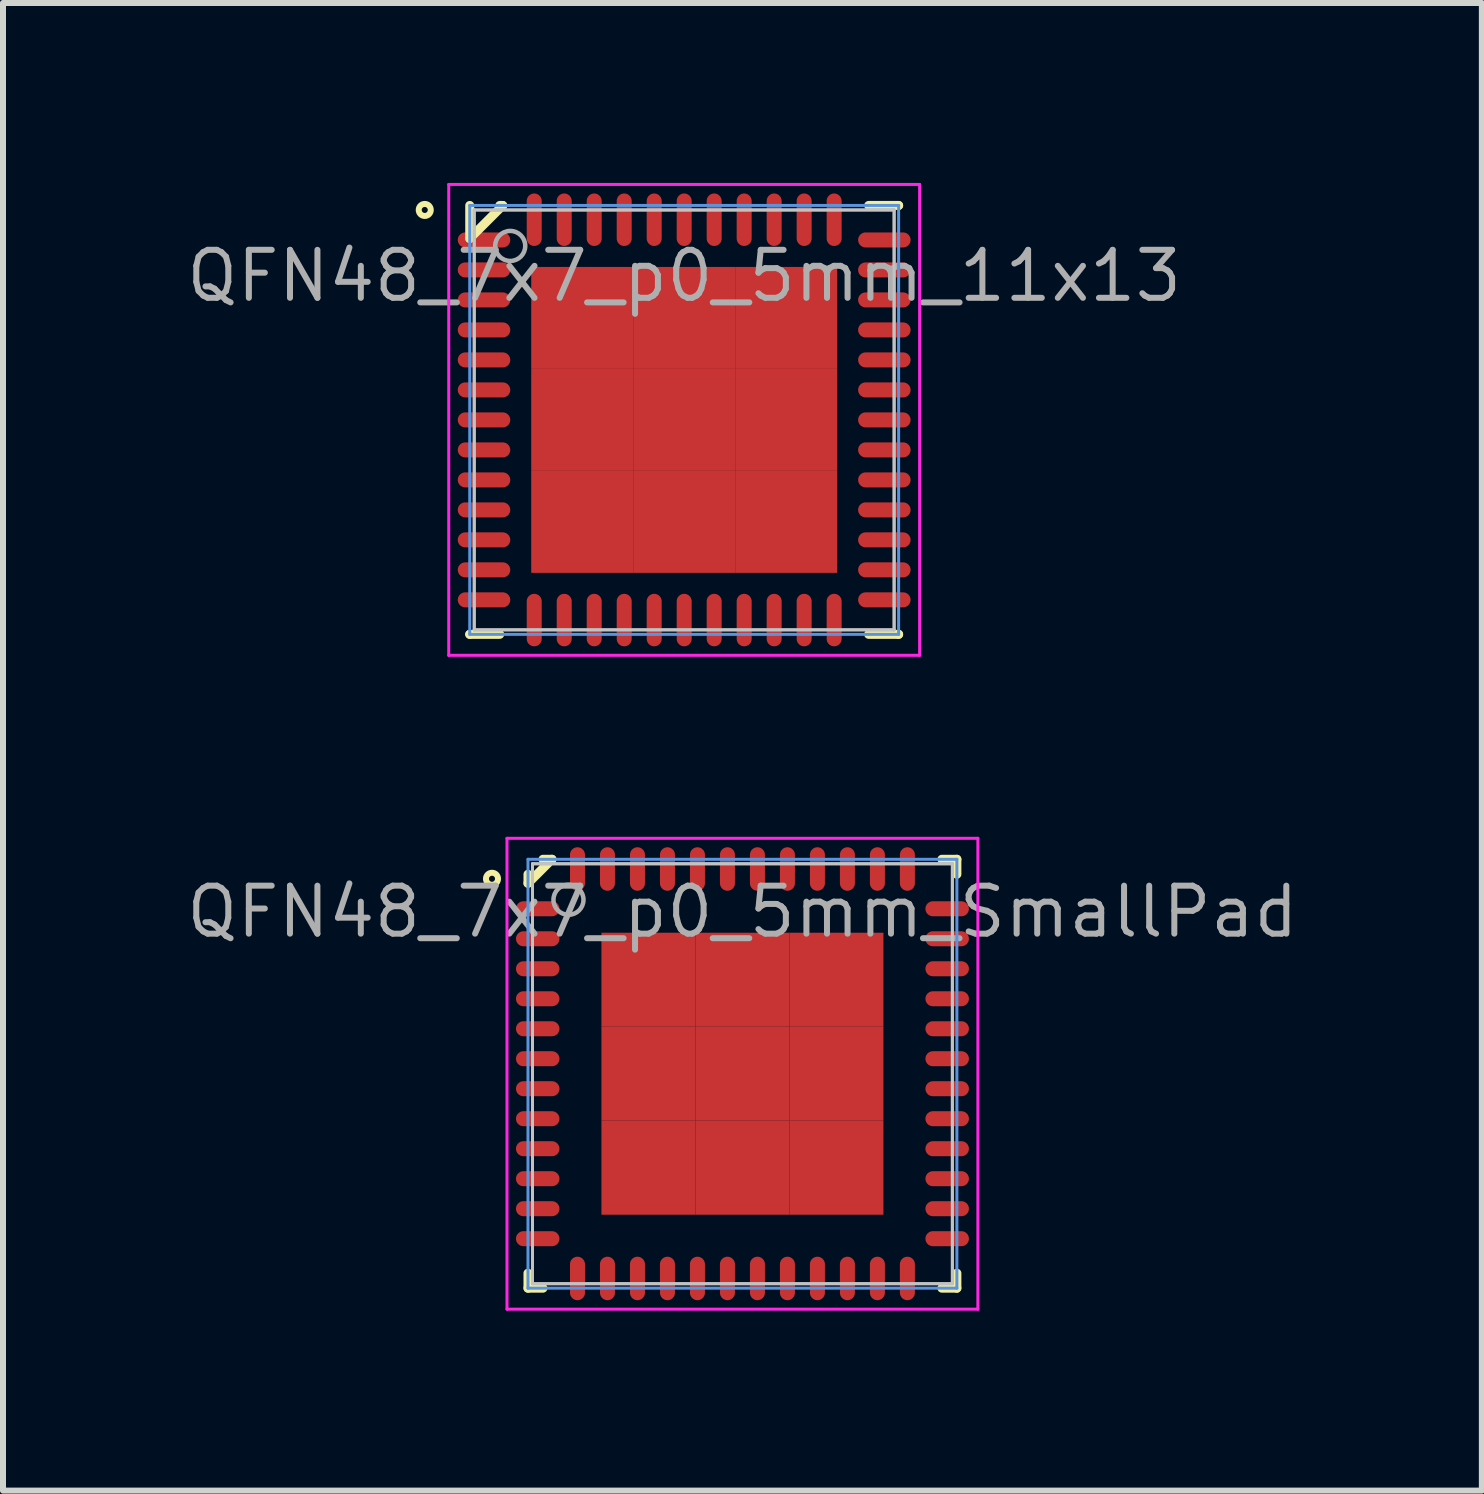
<source format=kicad_pcb>
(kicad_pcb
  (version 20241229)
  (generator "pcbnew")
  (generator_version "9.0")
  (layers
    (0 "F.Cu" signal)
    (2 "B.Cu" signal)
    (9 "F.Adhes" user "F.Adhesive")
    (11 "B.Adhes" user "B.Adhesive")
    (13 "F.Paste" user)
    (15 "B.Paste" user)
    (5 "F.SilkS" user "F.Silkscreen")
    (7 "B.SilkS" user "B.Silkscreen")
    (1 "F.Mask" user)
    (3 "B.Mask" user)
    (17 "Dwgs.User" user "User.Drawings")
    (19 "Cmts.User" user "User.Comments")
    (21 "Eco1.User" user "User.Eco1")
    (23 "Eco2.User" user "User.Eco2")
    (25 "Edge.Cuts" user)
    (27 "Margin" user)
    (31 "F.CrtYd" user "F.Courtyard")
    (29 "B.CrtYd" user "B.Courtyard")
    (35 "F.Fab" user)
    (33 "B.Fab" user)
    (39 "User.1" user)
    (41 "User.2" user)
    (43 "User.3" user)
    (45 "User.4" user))
  (footprint "QFN48_7x7_p0_5mm_SmallPad"
    (layer "F.Cu")
    (at 9.327 14.85)
    (property "Reference" "QFN48_7x7_p0_5mm_SmallPad" (at 0 -2.7 0) (layer "F.Fab") (effects (font (size 0.8 0.8) (thickness 0.1))))
    (attr through_hole)
    (fp_line (start -3.575 -3.175) (end -3.575 -3.325) (stroke (width 0.15) (type solid)) (layer "F.SilkS"))
    (fp_line (start -3.575 -3.175) (end -3.175 -3.575) (stroke (width 0.15) (type solid)) (layer "F.SilkS"))
    (fp_line (start -3.575 3.575) (end -3.575 3.325) (stroke (width 0.15) (type solid)) (layer "F.SilkS"))
    (fp_line (start -3.575 3.575) (end -3.325 3.575) (stroke (width 0.15) (type solid)) (layer "F.SilkS"))
    (fp_line (start -3.325 -3.575) (end -3.175 -3.575) (stroke (width 0.15) (type solid)) (layer "F.SilkS"))
    (fp_line (start 3.575 -3.575) (end 3.325 -3.575) (stroke (width 0.15) (type solid)) (layer "F.SilkS"))
    (fp_line (start 3.575 -3.575) (end 3.575 -3.325) (stroke (width 0.15) (type solid)) (layer "F.SilkS"))
    (fp_line (start 3.575 3.575) (end 3.325 3.575) (stroke (width 0.15) (type solid)) (layer "F.SilkS"))
    (fp_line (start 3.575 3.575) (end 3.575 3.325) (stroke (width 0.15) (type solid)) (layer "F.SilkS"))
    (fp_circle (center -4.175 -3.25) (end -4.104 -3.179) (stroke (width 0.1) (type solid)) (fill no) (layer "F.SilkS"))
    (fp_line (start -3.5 -3.5) (end -3.5 3.5) (stroke (width 0.05) (type solid)) (layer "Dwgs.User"))
    (fp_line (start -3.5 -3.5) (end 3.5 -3.5) (stroke (width 0.05) (type solid)) (layer "Dwgs.User"))
    (fp_line (start -3.5 3.5) (end 3.5 3.5) (stroke (width 0.05) (type solid)) (layer "Dwgs.User"))
    (fp_line (start 3.5 -3.5) (end 3.5 3.5) (stroke (width 0.05) (type solid)) (layer "Dwgs.User"))
    (fp_line (start -3.575 -3.575) (end -3.575 3.575) (stroke (width 0.05) (type solid)) (layer "Cmts.User"))
    (fp_line (start -3.575 -3.575) (end 3.575 -3.575) (stroke (width 0.05) (type solid)) (layer "Cmts.User"))
    (fp_line (start -3.575 3.575) (end 3.575 3.575) (stroke (width 0.05) (type solid)) (layer "Cmts.User"))
    (fp_line (start 3.575 -3.575) (end 3.575 3.575) (stroke (width 0.05) (type solid)) (layer "Cmts.User"))
    (fp_line (start -3.425 -3.425) (end -3.425 3.425) (stroke (width 0.05) (type solid)) (layer "Eco1.User"))
    (fp_line (start -3.425 -3.425) (end 3.425 -3.425) (stroke (width 0.05) (type solid)) (layer "Eco1.User"))
    (fp_line (start -3.425 3.425) (end 3.425 3.425) (stroke (width 0.05) (type solid)) (layer "Eco1.User"))
    (fp_line (start 3.425 -3.425) (end 3.425 3.425) (stroke (width 0.05) (type solid)) (layer "Eco1.User"))
    (fp_line (start -3.925 -3.925) (end -3.925 3.925) (stroke (width 0.05) (type solid)) (layer "F.CrtYd"))
    (fp_line (start -3.925 -3.925) (end 3.925 -3.925) (stroke (width 0.05) (type solid)) (layer "F.CrtYd"))
    (fp_line (start -3.925 3.925) (end 3.925 3.925) (stroke (width 0.05) (type solid)) (layer "F.CrtYd"))
    (fp_line (start 3.925 -3.925) (end 3.925 3.925) (stroke (width 0.05) (type solid)) (layer "F.CrtYd"))
    (fp_line (start -3.5 -3.5) (end -3.5 3.5) (stroke (width 0.05) (type solid)) (layer "F.Fab"))
    (fp_line (start -3.5 -3.5) (end 3.5 -3.5) (stroke (width 0.05) (type solid)) (layer "F.Fab"))
    (fp_line (start -3.5 3.5) (end 3.5 3.5) (stroke (width 0.05) (type solid)) (layer "F.Fab"))
    (fp_line (start 3.5 -3.5) (end 3.5 3.5) (stroke (width 0.05) (type solid)) (layer "F.Fab"))
    (fp_circle (center -2.9 -2.9) (end -2.723 -2.723) (stroke (width 0.075) (type solid)) (fill no) (layer "F.Fab"))
    (pad "1" smd oval (at -3.413 -2.75 180) (size 0.725 0.25) (layers "F.Cu" "F.Mask" "F.Paste"))
    (pad "2" smd oval (at -3.413 -2.25 180) (size 0.725 0.25) (layers "F.Cu" "F.Mask" "F.Paste"))
    (pad "3" smd oval (at -3.413 -1.75 180) (size 0.725 0.25) (layers "F.Cu" "F.Mask" "F.Paste"))
    (pad "4" smd oval (at -3.413 -1.25 180) (size 0.725 0.25) (layers "F.Cu" "F.Mask" "F.Paste"))
    (pad "5" smd oval (at -3.413 -0.75 180) (size 0.725 0.25) (layers "F.Cu" "F.Mask" "F.Paste"))
    (pad "6" smd oval (at -3.413 -0.25 180) (size 0.725 0.25) (layers "F.Cu" "F.Mask" "F.Paste"))
    (pad "7" smd oval (at -3.413 0.25 180) (size 0.725 0.25) (layers "F.Cu" "F.Mask" "F.Paste"))
    (pad "8" smd oval (at -3.413 0.75 180) (size 0.725 0.25) (layers "F.Cu" "F.Mask" "F.Paste"))
    (pad "9" smd oval (at -3.413 1.25 180) (size 0.725 0.25) (layers "F.Cu" "F.Mask" "F.Paste"))
    (pad "10" smd oval (at -3.413 1.75 180) (size 0.725 0.25) (layers "F.Cu" "F.Mask" "F.Paste"))
    (pad "11" smd oval (at -3.413 2.25 180) (size 0.725 0.25) (layers "F.Cu" "F.Mask" "F.Paste"))
    (pad "12" smd oval (at -3.413 2.75 180) (size 0.725 0.25) (layers "F.Cu" "F.Mask" "F.Paste"))
    (pad "13" smd oval (at -2.75 3.413 270) (size 0.725 0.25) (layers "F.Cu" "F.Mask" "F.Paste"))
    (pad "14" smd oval (at -2.25 3.413 270) (size 0.725 0.25) (layers "F.Cu" "F.Mask" "F.Paste"))
    (pad "15" smd oval (at -1.75 3.413 270) (size 0.725 0.25) (layers "F.Cu" "F.Mask" "F.Paste"))
    (pad "16" smd oval (at -1.25 3.413 270) (size 0.725 0.25) (layers "F.Cu" "F.Mask" "F.Paste"))
    (pad "17" smd oval (at -0.75 3.413 270) (size 0.725 0.25) (layers "F.Cu" "F.Mask" "F.Paste"))
    (pad "18" smd oval (at -0.25 3.413 270) (size 0.725 0.25) (layers "F.Cu" "F.Mask" "F.Paste"))
    (pad "19" smd oval (at 0.25 3.413 270) (size 0.725 0.25) (layers "F.Cu" "F.Mask" "F.Paste"))
    (pad "20" smd oval (at 0.75 3.413 270) (size 0.725 0.25) (layers "F.Cu" "F.Mask" "F.Paste"))
    (pad "21" smd oval (at 1.25 3.413 270) (size 0.725 0.25) (layers "F.Cu" "F.Mask" "F.Paste"))
    (pad "22" smd oval (at 1.75 3.413 270) (size 0.725 0.25) (layers "F.Cu" "F.Mask" "F.Paste"))
    (pad "23" smd oval (at 2.25 3.413 270) (size 0.725 0.25) (layers "F.Cu" "F.Mask" "F.Paste"))
    (pad "24" smd oval (at 2.75 3.413 270) (size 0.725 0.25) (layers "F.Cu" "F.Mask" "F.Paste"))
    (pad "25" smd oval (at 3.413 2.75) (size 0.725 0.25) (layers "F.Cu" "F.Mask" "F.Paste"))
    (pad "26" smd oval (at 3.413 2.25) (size 0.725 0.25) (layers "F.Cu" "F.Mask" "F.Paste"))
    (pad "27" smd oval (at 3.413 1.75) (size 0.725 0.25) (layers "F.Cu" "F.Mask" "F.Paste"))
    (pad "28" smd oval (at 3.413 1.25) (size 0.725 0.25) (layers "F.Cu" "F.Mask" "F.Paste"))
    (pad "29" smd oval (at 3.413 0.75) (size 0.725 0.25) (layers "F.Cu" "F.Mask" "F.Paste"))
    (pad "30" smd oval (at 3.413 0.25) (size 0.725 0.25) (layers "F.Cu" "F.Mask" "F.Paste"))
    (pad "31" smd oval (at 3.413 -0.25) (size 0.725 0.25) (layers "F.Cu" "F.Mask" "F.Paste"))
    (pad "32" smd oval (at 3.413 -0.75) (size 0.725 0.25) (layers "F.Cu" "F.Mask" "F.Paste"))
    (pad "33" smd oval (at 3.413 -1.25) (size 0.725 0.25) (layers "F.Cu" "F.Mask" "F.Paste"))
    (pad "34" smd oval (at 3.413 -1.75) (size 0.725 0.25) (layers "F.Cu" "F.Mask" "F.Paste"))
    (pad "35" smd oval (at 3.413 -2.25) (size 0.725 0.25) (layers "F.Cu" "F.Mask" "F.Paste"))
    (pad "36" smd oval (at 3.413 -2.75) (size 0.725 0.25) (layers "F.Cu" "F.Mask" "F.Paste"))
    (pad "37" smd oval (at 2.75 -3.413 90) (size 0.725 0.25) (layers "F.Cu" "F.Mask" "F.Paste"))
    (pad "38" smd oval (at 2.25 -3.413 90) (size 0.725 0.25) (layers "F.Cu" "F.Mask" "F.Paste"))
    (pad "39" smd oval (at 1.75 -3.413 90) (size 0.725 0.25) (layers "F.Cu" "F.Mask" "F.Paste"))
    (pad "40" smd oval (at 1.25 -3.413 90) (size 0.725 0.25) (layers "F.Cu" "F.Mask" "F.Paste"))
    (pad "41" smd oval (at 0.75 -3.413 90) (size 0.725 0.25) (layers "F.Cu" "F.Mask" "F.Paste"))
    (pad "42" smd oval (at 0.25 -3.413 90) (size 0.725 0.25) (layers "F.Cu" "F.Mask" "F.Paste"))
    (pad "43" smd oval (at -0.25 -3.413 90) (size 0.725 0.25) (layers "F.Cu" "F.Mask" "F.Paste"))
    (pad "44" smd oval (at -0.75 -3.413 90) (size 0.725 0.25) (layers "F.Cu" "F.Mask" "F.Paste"))
    (pad "45" smd oval (at -1.25 -3.413 90) (size 0.725 0.25) (layers "F.Cu" "F.Mask" "F.Paste"))
    (pad "46" smd oval (at -1.75 -3.413 90) (size 0.725 0.25) (layers "F.Cu" "F.Mask" "F.Paste"))
    (pad "47" smd oval (at -2.25 -3.413 90) (size 0.725 0.25) (layers "F.Cu" "F.Mask" "F.Paste"))
    (pad "48" smd oval (at -2.75 -3.413 90) (size 0.725 0.25) (layers "F.Cu" "F.Mask" "F.Paste"))
    (pad "49" smd rect (at -1.567 -1.567) (size 1.567 1.567) (layers "F.Cu" "F.Mask" "F.Paste"))
    (pad "49" smd rect (at -1.567 0) (size 1.567 1.567) (layers "F.Cu" "F.Mask" "F.Paste"))
    (pad "49" smd rect (at -1.567 1.567) (size 1.567 1.567) (layers "F.Cu" "F.Mask" "F.Paste"))
    (pad "49" smd rect (at 0 -1.567) (size 1.567 1.567) (layers "F.Cu" "F.Mask" "F.Paste"))
    (pad "49" smd rect (at 0 0) (size 1.567 1.567) (layers "F.Cu" "F.Mask" "F.Paste"))
    (pad "49" smd rect (at 0 1.567) (size 1.567 1.567) (layers "F.Cu" "F.Mask" "F.Paste"))
    (pad "49" smd rect (at 1.567 -1.567) (size 1.567 1.567) (layers "F.Cu" "F.Mask" "F.Paste"))
    (pad "49" smd rect (at 1.567 0) (size 1.567 1.567) (layers "F.Cu" "F.Mask" "F.Paste"))
    (pad "49" smd rect (at 1.567 1.567) (size 1.567 1.567) (layers "F.Cu" "F.Mask" "F.Paste")))
  (footprint "QFN48_7x7_p0_5mm_11x13"
    (layer "F.Cu")
    (at 8.356 3.95)
    (property "Reference" "QFN48_7x7_p0_5mm_11x13" (at 0 -2.4 0) (layer "F.Fab") (effects (font (size 0.8 0.8) (thickness 0.1))))
    (attr through_hole)
    (fp_line (start -3.575 -3.025) (end -3.575 -3.575) (stroke (width 0.15) (type solid)) (layer "F.SilkS"))
    (fp_line (start -3.575 -3.025) (end -3.025 -3.575) (stroke (width 0.15) (type solid)) (layer "F.SilkS"))
    (fp_line (start -3.575 3.575) (end -3.575 3.575) (stroke (width 0.15) (type solid)) (layer "F.SilkS"))
    (fp_line (start -3.575 3.575) (end -3.075 3.575) (stroke (width 0.15) (type solid)) (layer "F.SilkS"))
    (fp_line (start -3.075 -3.575) (end -3.025 -3.575) (stroke (width 0.15) (type solid)) (layer "F.SilkS"))
    (fp_line (start 3.575 -3.575) (end 3.075 -3.575) (stroke (width 0.15) (type solid)) (layer "F.SilkS"))
    (fp_line (start 3.575 -3.575) (end 3.575 -3.575) (stroke (width 0.15) (type solid)) (layer "F.SilkS"))
    (fp_line (start 3.575 3.575) (end 3.075 3.575) (stroke (width 0.15) (type solid)) (layer "F.SilkS"))
    (fp_line (start 3.575 3.575) (end 3.575 3.575) (stroke (width 0.15) (type solid)) (layer "F.SilkS"))
    (fp_circle (center -4.325 -3.5) (end -4.254 -3.429) (stroke (width 0.1) (type solid)) (fill no) (layer "F.SilkS"))
    (fp_line (start -3.5 -3.5) (end -3.5 3.5) (stroke (width 0.05) (type solid)) (layer "Dwgs.User"))
    (fp_line (start -3.5 -3.5) (end 3.5 -3.5) (stroke (width 0.05) (type solid)) (layer "Dwgs.User"))
    (fp_line (start -3.5 3.5) (end 3.5 3.5) (stroke (width 0.05) (type solid)) (layer "Dwgs.User"))
    (fp_line (start 3.5 -3.5) (end 3.5 3.5) (stroke (width 0.05) (type solid)) (layer "Dwgs.User"))
    (fp_line (start -3.575 -3.575) (end -3.575 3.575) (stroke (width 0.05) (type solid)) (layer "Cmts.User"))
    (fp_line (start -3.575 -3.575) (end 3.575 -3.575) (stroke (width 0.05) (type solid)) (layer "Cmts.User"))
    (fp_line (start -3.575 3.575) (end 3.575 3.575) (stroke (width 0.05) (type solid)) (layer "Cmts.User"))
    (fp_line (start 3.575 -3.575) (end 3.575 3.575) (stroke (width 0.05) (type solid)) (layer "Cmts.User"))
    (fp_line (start -3.425 -3.425) (end -3.425 3.425) (stroke (width 0.05) (type solid)) (layer "Eco1.User"))
    (fp_line (start -3.425 -3.425) (end 3.425 -3.425) (stroke (width 0.05) (type solid)) (layer "Eco1.User"))
    (fp_line (start -3.425 3.425) (end 3.425 3.425) (stroke (width 0.05) (type solid)) (layer "Eco1.User"))
    (fp_line (start 3.425 -3.425) (end 3.425 3.425) (stroke (width 0.05) (type solid)) (layer "Eco1.User"))
    (fp_line (start -3.925 -3.925) (end -3.925 3.925) (stroke (width 0.05) (type solid)) (layer "F.CrtYd"))
    (fp_line (start -3.925 -3.925) (end 3.925 -3.925) (stroke (width 0.05) (type solid)) (layer "F.CrtYd"))
    (fp_line (start -3.925 3.925) (end 3.925 3.925) (stroke (width 0.05) (type solid)) (layer "F.CrtYd"))
    (fp_line (start 3.925 -3.925) (end 3.925 3.925) (stroke (width 0.05) (type solid)) (layer "F.CrtYd"))
    (fp_line (start -3.5 -3.5) (end -3.5 3.5) (stroke (width 0.05) (type solid)) (layer "F.Fab"))
    (fp_line (start -3.5 -3.5) (end 3.5 -3.5) (stroke (width 0.05) (type solid)) (layer "F.Fab"))
    (fp_line (start -3.5 3.5) (end 3.5 3.5) (stroke (width 0.05) (type solid)) (layer "F.Fab"))
    (fp_line (start 3.5 -3.5) (end 3.5 3.5) (stroke (width 0.05) (type solid)) (layer "F.Fab"))
    (fp_circle (center -2.9 -2.9) (end -2.723 -2.723) (stroke (width 0.075) (type solid)) (fill no) (layer "F.Fab"))
    (pad "1" smd oval (at -3.337 -3 180) (size 0.875 0.25) (layers "F.Cu" "F.Mask" "F.Paste"))
    (pad "2" smd oval (at -3.337 -2.5 180) (size 0.875 0.25) (layers "F.Cu" "F.Mask" "F.Paste"))
    (pad "3" smd oval (at -3.337 -2 180) (size 0.875 0.25) (layers "F.Cu" "F.Mask" "F.Paste"))
    (pad "4" smd oval (at -3.337 -1.5 180) (size 0.875 0.25) (layers "F.Cu" "F.Mask" "F.Paste"))
    (pad "5" smd oval (at -3.337 -1 180) (size 0.875 0.25) (layers "F.Cu" "F.Mask" "F.Paste"))
    (pad "6" smd oval (at -3.337 -0.5 180) (size 0.875 0.25) (layers "F.Cu" "F.Mask" "F.Paste"))
    (pad "7" smd oval (at -3.337 0 180) (size 0.875 0.25) (layers "F.Cu" "F.Mask" "F.Paste"))
    (pad "8" smd oval (at -3.337 0.5 180) (size 0.875 0.25) (layers "F.Cu" "F.Mask" "F.Paste"))
    (pad "9" smd oval (at -3.337 1 180) (size 0.875 0.25) (layers "F.Cu" "F.Mask" "F.Paste"))
    (pad "10" smd oval (at -3.337 1.5 180) (size 0.875 0.25) (layers "F.Cu" "F.Mask" "F.Paste"))
    (pad "11" smd oval (at -3.337 2 180) (size 0.875 0.25) (layers "F.Cu" "F.Mask" "F.Paste"))
    (pad "12" smd oval (at -3.337 2.5 180) (size 0.875 0.25) (layers "F.Cu" "F.Mask" "F.Paste"))
    (pad "13" smd oval (at -3.337 3 180) (size 0.875 0.25) (layers "F.Cu" "F.Mask" "F.Paste"))
    (pad "14" smd oval (at -2.5 3.337 270) (size 0.875 0.25) (layers "F.Cu" "F.Mask" "F.Paste"))
    (pad "15" smd oval (at -2 3.337 270) (size 0.875 0.25) (layers "F.Cu" "F.Mask" "F.Paste"))
    (pad "16" smd oval (at -1.5 3.337 270) (size 0.875 0.25) (layers "F.Cu" "F.Mask" "F.Paste"))
    (pad "17" smd oval (at -1 3.337 270) (size 0.875 0.25) (layers "F.Cu" "F.Mask" "F.Paste"))
    (pad "18" smd oval (at -0.5 3.337 270) (size 0.875 0.25) (layers "F.Cu" "F.Mask" "F.Paste"))
    (pad "19" smd oval (at 0 3.337 270) (size 0.875 0.25) (layers "F.Cu" "F.Mask" "F.Paste"))
    (pad "20" smd oval (at 0.5 3.337 270) (size 0.875 0.25) (layers "F.Cu" "F.Mask" "F.Paste"))
    (pad "21" smd oval (at 1 3.337 270) (size 0.875 0.25) (layers "F.Cu" "F.Mask" "F.Paste"))
    (pad "22" smd oval (at 1.5 3.337 270) (size 0.875 0.25) (layers "F.Cu" "F.Mask" "F.Paste"))
    (pad "23" smd oval (at 2 3.337 270) (size 0.875 0.25) (layers "F.Cu" "F.Mask" "F.Paste"))
    (pad "24" smd oval (at 2.5 3.337 270) (size 0.875 0.25) (layers "F.Cu" "F.Mask" "F.Paste"))
    (pad "25" smd oval (at 3.337 3) (size 0.875 0.25) (layers "F.Cu" "F.Mask" "F.Paste"))
    (pad "26" smd oval (at 3.337 2.5) (size 0.875 0.25) (layers "F.Cu" "F.Mask" "F.Paste"))
    (pad "27" smd oval (at 3.337 2) (size 0.875 0.25) (layers "F.Cu" "F.Mask" "F.Paste"))
    (pad "28" smd oval (at 3.337 1.5) (size 0.875 0.25) (layers "F.Cu" "F.Mask" "F.Paste"))
    (pad "29" smd oval (at 3.337 1) (size 0.875 0.25) (layers "F.Cu" "F.Mask" "F.Paste"))
    (pad "30" smd oval (at 3.337 0.5) (size 0.875 0.25) (layers "F.Cu" "F.Mask" "F.Paste"))
    (pad "31" smd oval (at 3.337 0) (size 0.875 0.25) (layers "F.Cu" "F.Mask" "F.Paste"))
    (pad "32" smd oval (at 3.337 -0.5) (size 0.875 0.25) (layers "F.Cu" "F.Mask" "F.Paste"))
    (pad "33" smd oval (at 3.337 -1) (size 0.875 0.25) (layers "F.Cu" "F.Mask" "F.Paste"))
    (pad "34" smd oval (at 3.337 -1.5) (size 0.875 0.25) (layers "F.Cu" "F.Mask" "F.Paste"))
    (pad "35" smd oval (at 3.337 -2) (size 0.875 0.25) (layers "F.Cu" "F.Mask" "F.Paste"))
    (pad "36" smd oval (at 3.337 -2.5) (size 0.875 0.25) (layers "F.Cu" "F.Mask" "F.Paste"))
    (pad "37" smd oval (at 3.337 -3) (size 0.875 0.25) (layers "F.Cu" "F.Mask" "F.Paste"))
    (pad "38" smd oval (at 2.5 -3.337 90) (size 0.875 0.25) (layers "F.Cu" "F.Mask" "F.Paste"))
    (pad "39" smd oval (at 2 -3.337 90) (size 0.875 0.25) (layers "F.Cu" "F.Mask" "F.Paste"))
    (pad "40" smd oval (at 1.5 -3.337 90) (size 0.875 0.25) (layers "F.Cu" "F.Mask" "F.Paste"))
    (pad "41" smd oval (at 1 -3.337 90) (size 0.875 0.25) (layers "F.Cu" "F.Mask" "F.Paste"))
    (pad "42" smd oval (at 0.5 -3.337 90) (size 0.875 0.25) (layers "F.Cu" "F.Mask" "F.Paste"))
    (pad "43" smd oval (at 0 -3.337 90) (size 0.875 0.25) (layers "F.Cu" "F.Mask" "F.Paste"))
    (pad "44" smd oval (at -0.5 -3.337 90) (size 0.875 0.25) (layers "F.Cu" "F.Mask" "F.Paste"))
    (pad "45" smd oval (at -1 -3.337 90) (size 0.875 0.25) (layers "F.Cu" "F.Mask" "F.Paste"))
    (pad "46" smd oval (at -1.5 -3.337 90) (size 0.875 0.25) (layers "F.Cu" "F.Mask" "F.Paste"))
    (pad "47" smd oval (at -2 -3.337 90) (size 0.875 0.25) (layers "F.Cu" "F.Mask" "F.Paste"))
    (pad "48" smd oval (at -2.5 -3.337 90) (size 0.875 0.25) (layers "F.Cu" "F.Mask" "F.Paste"))
    (pad "49" smd rect (at -1.7 -1.7) (size 1.7 1.7) (layers "F.Cu" "F.Mask" "F.Paste"))
    (pad "49" smd rect (at -1.7 0) (size 1.7 1.7) (layers "F.Cu" "F.Mask" "F.Paste"))
    (pad "49" smd rect (at -1.7 1.7) (size 1.7 1.7) (layers "F.Cu" "F.Mask" "F.Paste"))
    (pad "49" smd rect (at 0 -1.7) (size 1.7 1.7) (layers "F.Cu" "F.Mask" "F.Paste"))
    (pad "49" smd rect (at 0 0) (size 1.7 1.7) (layers "F.Cu" "F.Mask" "F.Paste"))
    (pad "49" smd rect (at 0 1.7) (size 1.7 1.7) (layers "F.Cu" "F.Mask" "F.Paste"))
    (pad "49" smd rect (at 1.7 -1.7) (size 1.7 1.7) (layers "F.Cu" "F.Mask" "F.Paste"))
    (pad "49" smd rect (at 1.7 0) (size 1.7 1.7) (layers "F.Cu" "F.Mask" "F.Paste"))
    (pad "49" smd rect (at 1.7 1.7) (size 1.7 1.7) (layers "F.Cu" "F.Mask" "F.Paste")))
  (gr_rect
    (start -3 -3)
    (end 21.654 21.8)
    (stroke (width 0.1) (type default))
    (fill no)
    (layer "Edge.Cuts")))
</source>
